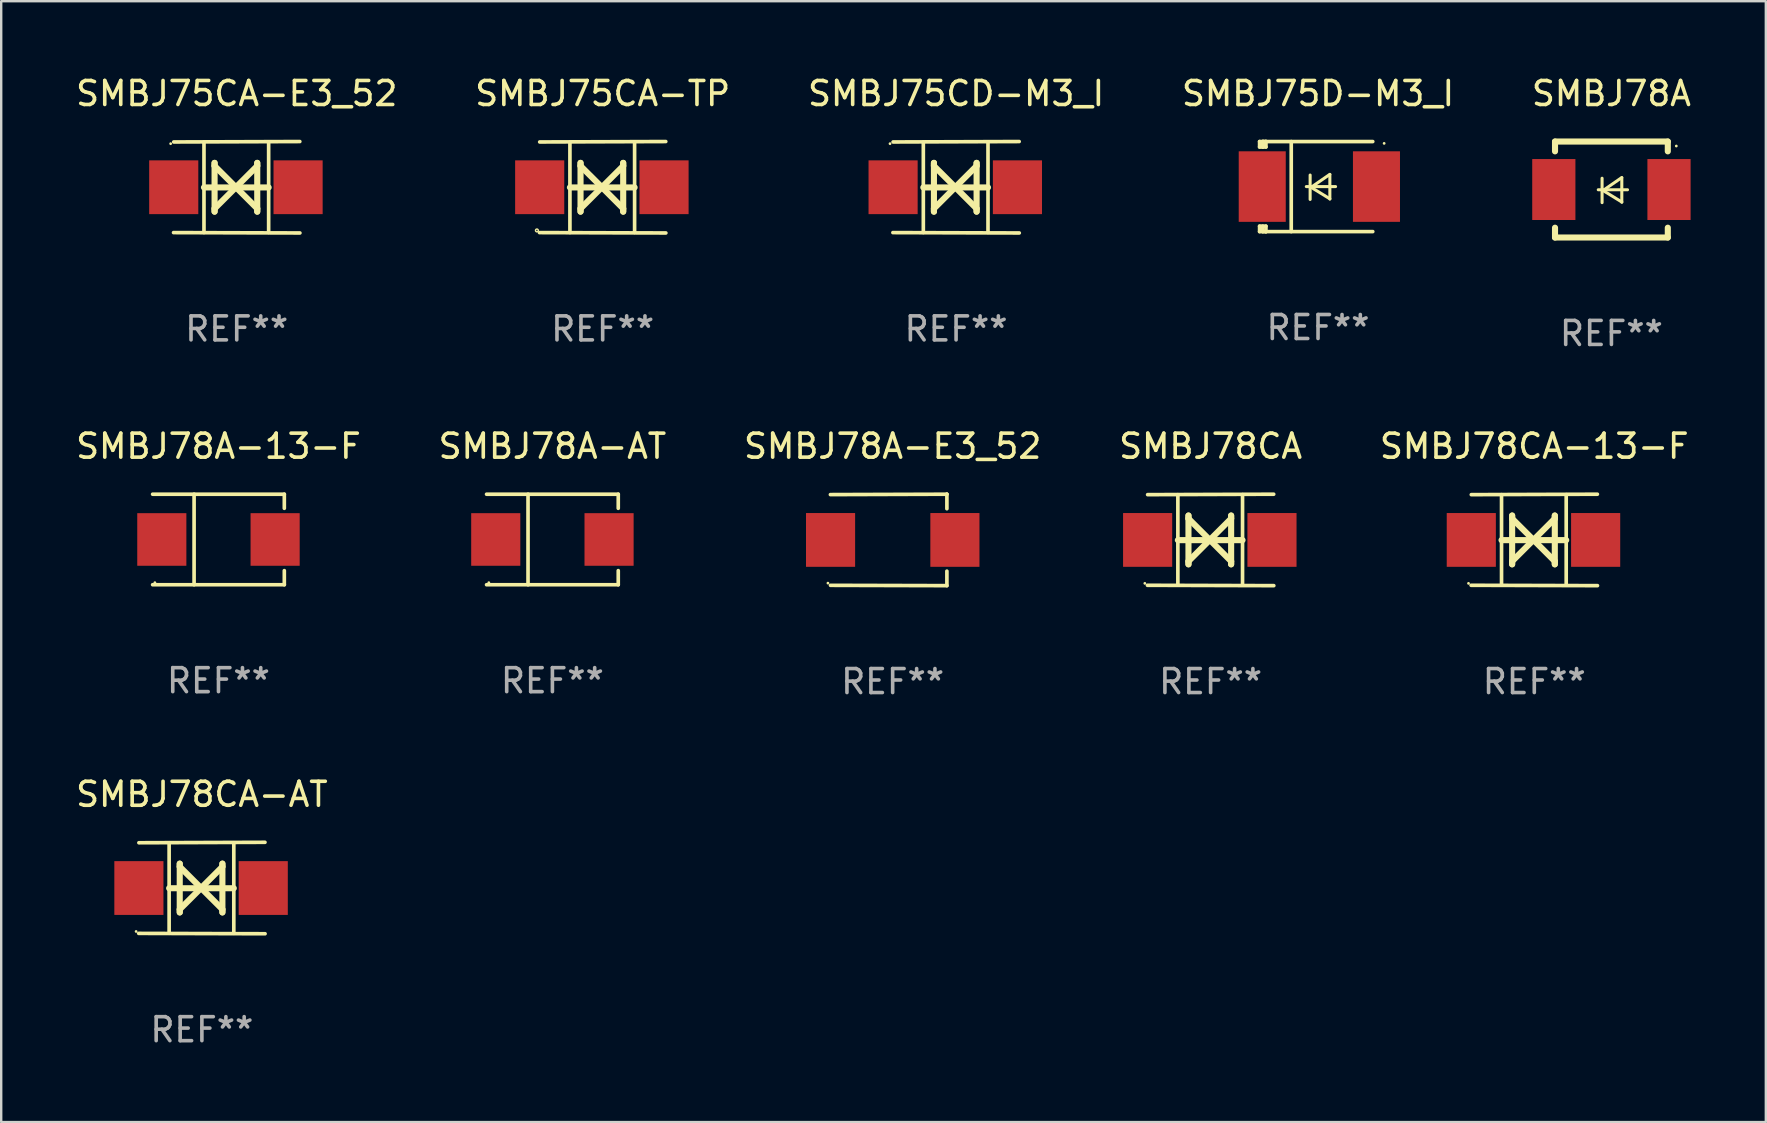
<source format=kicad_pcb>
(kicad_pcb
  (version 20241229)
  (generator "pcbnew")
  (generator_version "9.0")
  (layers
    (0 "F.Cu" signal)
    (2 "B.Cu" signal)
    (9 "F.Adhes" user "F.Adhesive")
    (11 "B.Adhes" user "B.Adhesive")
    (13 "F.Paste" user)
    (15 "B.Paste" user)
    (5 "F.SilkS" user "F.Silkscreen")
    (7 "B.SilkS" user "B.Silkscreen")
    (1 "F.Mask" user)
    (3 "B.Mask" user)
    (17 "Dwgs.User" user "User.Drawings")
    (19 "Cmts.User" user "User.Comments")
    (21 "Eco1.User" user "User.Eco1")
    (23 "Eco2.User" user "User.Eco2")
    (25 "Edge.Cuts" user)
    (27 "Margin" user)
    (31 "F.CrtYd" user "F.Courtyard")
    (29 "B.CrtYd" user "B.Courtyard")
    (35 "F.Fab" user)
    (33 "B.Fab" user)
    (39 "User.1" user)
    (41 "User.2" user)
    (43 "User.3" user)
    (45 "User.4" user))
  (footprint "SMBJ75CD-M3_I"
    (layer "F.Cu")
    (at 36.792 4.753)
    (property "Reference" "SMBJ75CD-M3_I" (at 0 -3.905 0) (layer "F.SilkS") (effects (font (size 1 1) (thickness 0.15))))
    (attr through_hole)
    (fp_line (start -1.365 1.886) (end -1.365 -1.886) (stroke (width 0.152) (type solid)) (layer "F.SilkS"))
    (fp_line (start -1.365 0.008) (end 1.33 0.008) (stroke (width 0.254) (type solid)) (layer "F.SilkS"))
    (fp_line (start -0.923 -1.016) (end -0.923 1.016) (stroke (width 0.254) (type solid)) (layer "F.SilkS"))
    (fp_line (start -0.923 -0.889) (end -0.923 -1.016) (stroke (width 0.254) (type solid)) (layer "F.SilkS"))
    (fp_line (start -0.923 0.889) (end -0.034 0) (stroke (width 0.254) (type solid)) (layer "F.SilkS"))
    (fp_line (start -0.923 1.016) (end -0.923 0.889) (stroke (width 0.254) (type solid)) (layer "F.SilkS"))
    (fp_line (start -0.034 0) (end -0.923 -0.889) (stroke (width 0.254) (type solid)) (layer "F.SilkS"))
    (fp_line (start -0.034 0) (end 0.855 0.889) (stroke (width 0.254) (type solid)) (layer "F.SilkS"))
    (fp_line (start 0.855 -1.016) (end 0.855 -0.889) (stroke (width 0.254) (type solid)) (layer "F.SilkS"))
    (fp_line (start 0.855 -0.889) (end -0.034 0) (stroke (width 0.254) (type solid)) (layer "F.SilkS"))
    (fp_line (start 0.855 0.889) (end 0.855 1.016) (stroke (width 0.254) (type solid)) (layer "F.SilkS"))
    (fp_line (start 0.855 1.016) (end 0.855 -1.016) (stroke (width 0.254) (type solid)) (layer "F.SilkS"))
    (fp_line (start 1.33 1.886) (end 1.33 -1.886) (stroke (width 0.152) (type solid)) (layer "F.SilkS"))
    (fp_line (start 2.629 -1.905) (end -2.625 -1.887) (stroke (width 0.152) (type solid)) (layer "F.SilkS"))
    (fp_line (start 2.633 1.905) (end -2.633 1.89) (stroke (width 0.152) (type solid)) (layer "F.SilkS"))
    (fp_circle (center -2.753 -1.816) (end -2.723 -1.816) (stroke (width 0.06) (type solid)) (fill no) (layer "F.SilkS"))
    (fp_text user "REF**" (at 0 5.905 0) (layer "F.Fab") (effects (font (size 1 1) (thickness 0.15))))
    (pad "1" smd rect (at -2.625 0) (size 2.047 2.241) (layers "F.Cu" "F.Mask" "F.Paste"))
    (pad "2" smd rect (at 2.557 0) (size 2.047 2.241) (layers "F.Cu" "F.Mask" "F.Paste")))
  (footprint "SMBJ78CA-13-F"
    (layer "F.Cu")
    (at 60.887 19.45)
    (property "Reference" "SMBJ78CA-13-F" (at 0 -3.905 0) (layer "F.SilkS") (effects (font (size 1 1) (thickness 0.15))))
    (attr through_hole)
    (fp_line (start -1.365 1.886) (end -1.365 -1.886) (stroke (width 0.152) (type solid)) (layer "F.SilkS"))
    (fp_line (start -1.365 0.008) (end 1.33 0.008) (stroke (width 0.254) (type solid)) (layer "F.SilkS"))
    (fp_line (start -0.923 -1.016) (end -0.923 1.016) (stroke (width 0.254) (type solid)) (layer "F.SilkS"))
    (fp_line (start -0.923 -0.889) (end -0.923 -1.016) (stroke (width 0.254) (type solid)) (layer "F.SilkS"))
    (fp_line (start -0.923 0.889) (end -0.034 0) (stroke (width 0.254) (type solid)) (layer "F.SilkS"))
    (fp_line (start -0.923 1.016) (end -0.923 0.889) (stroke (width 0.254) (type solid)) (layer "F.SilkS"))
    (fp_line (start -0.034 0) (end -0.923 -0.889) (stroke (width 0.254) (type solid)) (layer "F.SilkS"))
    (fp_line (start -0.034 0) (end 0.855 0.889) (stroke (width 0.254) (type solid)) (layer "F.SilkS"))
    (fp_line (start 0.855 -1.016) (end 0.855 -0.889) (stroke (width 0.254) (type solid)) (layer "F.SilkS"))
    (fp_line (start 0.855 -0.889) (end -0.034 0) (stroke (width 0.254) (type solid)) (layer "F.SilkS"))
    (fp_line (start 0.855 0.889) (end 0.855 1.016) (stroke (width 0.254) (type solid)) (layer "F.SilkS"))
    (fp_line (start 0.855 1.016) (end 0.855 -1.016) (stroke (width 0.254) (type solid)) (layer "F.SilkS"))
    (fp_line (start 1.33 1.886) (end 1.33 -1.886) (stroke (width 0.152) (type solid)) (layer "F.SilkS"))
    (fp_line (start 2.629 -1.905) (end -2.625 -1.887) (stroke (width 0.152) (type solid)) (layer "F.SilkS"))
    (fp_line (start 2.633 1.905) (end -2.633 1.89) (stroke (width 0.152) (type solid)) (layer "F.SilkS"))
    (fp_circle (center -2.741 1.81) (end -2.711 1.81) (stroke (width 0.06) (type solid)) (fill no) (layer "F.SilkS"))
    (fp_text user "REF**" (at 0 5.905 0) (layer "F.Fab") (effects (font (size 1 1) (thickness 0.15))))
    (pad "1" smd rect (at -2.625 0) (size 2.047 2.241) (layers "F.Cu" "F.Mask" "F.Paste"))
    (pad "2" smd rect (at 2.557 0) (size 2.047 2.241) (layers "F.Cu" "F.Mask" "F.Paste")))
  (footprint "SMBJ78CA"
    (layer "F.Cu")
    (at 47.399 19.45)
    (property "Reference" "SMBJ78CA" (at 0 -3.905 0) (layer "F.SilkS") (effects (font (size 1 1) (thickness 0.15))))
    (attr through_hole)
    (fp_line (start -1.365 1.886) (end -1.365 -1.886) (stroke (width 0.152) (type solid)) (layer "F.SilkS"))
    (fp_line (start -1.365 0.008) (end 1.33 0.008) (stroke (width 0.254) (type solid)) (layer "F.SilkS"))
    (fp_line (start -0.923 -1.016) (end -0.923 1.016) (stroke (width 0.254) (type solid)) (layer "F.SilkS"))
    (fp_line (start -0.923 -0.889) (end -0.923 -1.016) (stroke (width 0.254) (type solid)) (layer "F.SilkS"))
    (fp_line (start -0.923 0.889) (end -0.034 0) (stroke (width 0.254) (type solid)) (layer "F.SilkS"))
    (fp_line (start -0.923 1.016) (end -0.923 0.889) (stroke (width 0.254) (type solid)) (layer "F.SilkS"))
    (fp_line (start -0.034 0) (end -0.923 -0.889) (stroke (width 0.254) (type solid)) (layer "F.SilkS"))
    (fp_line (start -0.034 0) (end 0.855 0.889) (stroke (width 0.254) (type solid)) (layer "F.SilkS"))
    (fp_line (start 0.855 -1.016) (end 0.855 -0.889) (stroke (width 0.254) (type solid)) (layer "F.SilkS"))
    (fp_line (start 0.855 -0.889) (end -0.034 0) (stroke (width 0.254) (type solid)) (layer "F.SilkS"))
    (fp_line (start 0.855 0.889) (end 0.855 1.016) (stroke (width 0.254) (type solid)) (layer "F.SilkS"))
    (fp_line (start 0.855 1.016) (end 0.855 -1.016) (stroke (width 0.254) (type solid)) (layer "F.SilkS"))
    (fp_line (start 1.33 1.886) (end 1.33 -1.886) (stroke (width 0.152) (type solid)) (layer "F.SilkS"))
    (fp_line (start 2.629 -1.905) (end -2.625 -1.887) (stroke (width 0.152) (type solid)) (layer "F.SilkS"))
    (fp_line (start 2.633 1.905) (end -2.633 1.89) (stroke (width 0.152) (type solid)) (layer "F.SilkS"))
    (fp_circle (center -2.741 1.81) (end -2.711 1.81) (stroke (width 0.06) (type solid)) (fill no) (layer "F.SilkS"))
    (fp_text user "REF**" (at 0 5.905 0) (layer "F.Fab") (effects (font (size 1 1) (thickness 0.15))))
    (pad "1" smd rect (at -2.625 0) (size 2.047 2.241) (layers "F.Cu" "F.Mask" "F.Paste"))
    (pad "2" smd rect (at 2.557 0) (size 2.047 2.241) (layers "F.Cu" "F.Mask" "F.Paste")))
  (footprint "SMBJ78A-13-F"
    (layer "F.Cu")
    (at 6.054 19.431)
    (property "Reference" "SMBJ78A-13-F" (at 0 -3.886 0) (layer "F.SilkS") (effects (font (size 1 1) (thickness 0.15))))
    (attr through_hole)
    (fp_line (start -2.744 -1.886) (end 2.744 -1.886) (stroke (width 0.152) (type solid)) (layer "F.SilkS"))
    (fp_line (start -2.744 1.886) (end 2.744 1.886) (stroke (width 0.152) (type solid)) (layer "F.SilkS"))
    (fp_line (start -1.016 -1.886) (end -1.016 1.886) (stroke (width 0.152) (type solid)) (layer "F.SilkS"))
    (fp_line (start 2.744 -1.886) (end 2.744 -1.299) (stroke (width 0.152) (type solid)) (layer "F.SilkS"))
    (fp_line (start 2.744 1.886) (end 2.744 1.299) (stroke (width 0.152) (type solid)) (layer "F.SilkS"))
    (fp_circle (center -2.65 1.8) (end -2.62 1.8) (stroke (width 0.06) (type solid)) (fill no) (layer "F.SilkS"))
    (fp_text user "REF**" (at 0 5.886 0) (layer "F.Fab") (effects (font (size 1 1) (thickness 0.15))))
    (pad "1" smd rect (at -2.361 0) (size 2.047 2.192) (layers "F.Cu" "F.Mask" "F.Paste"))
    (pad "2" smd rect (at 2.361 0) (size 2.047 2.192) (layers "F.Cu" "F.Mask" "F.Paste")))
  (footprint "SMBJ75CA-E3_52"
    (layer "F.Cu")
    (at 6.815 4.753)
    (property "Reference" "SMBJ75CA-E3_52" (at 0 -3.905 0) (layer "F.SilkS") (effects (font (size 1 1) (thickness 0.15))))
    (attr through_hole)
    (fp_line (start -1.365 1.886) (end -1.365 -1.886) (stroke (width 0.152) (type solid)) (layer "F.SilkS"))
    (fp_line (start -1.365 0.008) (end 1.33 0.008) (stroke (width 0.254) (type solid)) (layer "F.SilkS"))
    (fp_line (start -0.923 -1.016) (end -0.923 1.016) (stroke (width 0.254) (type solid)) (layer "F.SilkS"))
    (fp_line (start -0.923 -0.889) (end -0.923 -1.016) (stroke (width 0.254) (type solid)) (layer "F.SilkS"))
    (fp_line (start -0.923 0.889) (end -0.034 0) (stroke (width 0.254) (type solid)) (layer "F.SilkS"))
    (fp_line (start -0.923 1.016) (end -0.923 0.889) (stroke (width 0.254) (type solid)) (layer "F.SilkS"))
    (fp_line (start -0.034 0) (end -0.923 -0.889) (stroke (width 0.254) (type solid)) (layer "F.SilkS"))
    (fp_line (start -0.034 0) (end 0.855 0.889) (stroke (width 0.254) (type solid)) (layer "F.SilkS"))
    (fp_line (start 0.855 -1.016) (end 0.855 -0.889) (stroke (width 0.254) (type solid)) (layer "F.SilkS"))
    (fp_line (start 0.855 -0.889) (end -0.034 0) (stroke (width 0.254) (type solid)) (layer "F.SilkS"))
    (fp_line (start 0.855 0.889) (end 0.855 1.016) (stroke (width 0.254) (type solid)) (layer "F.SilkS"))
    (fp_line (start 0.855 1.016) (end 0.855 -1.016) (stroke (width 0.254) (type solid)) (layer "F.SilkS"))
    (fp_line (start 1.33 1.886) (end 1.33 -1.886) (stroke (width 0.152) (type solid)) (layer "F.SilkS"))
    (fp_line (start 2.629 -1.905) (end -2.625 -1.887) (stroke (width 0.152) (type solid)) (layer "F.SilkS"))
    (fp_line (start 2.633 1.905) (end -2.633 1.89) (stroke (width 0.152) (type solid)) (layer "F.SilkS"))
    (fp_circle (center -2.753 -1.816) (end -2.723 -1.816) (stroke (width 0.06) (type solid)) (fill no) (layer "F.SilkS"))
    (fp_text user "REF**" (at 0 5.905 0) (layer "F.Fab") (effects (font (size 1 1) (thickness 0.15))))
    (pad "1" smd rect (at -2.625 0) (size 2.047 2.241) (layers "F.Cu" "F.Mask" "F.Paste"))
    (pad "2" smd rect (at 2.557 0) (size 2.047 2.241) (layers "F.Cu" "F.Mask" "F.Paste")))
  (footprint "SMBJ75CA-TP"
    (layer "F.Cu")
    (at 22.065 4.753)
    (property "Reference" "SMBJ75CA-TP" (at 0 -3.905 0) (layer "F.SilkS") (effects (font (size 1 1) (thickness 0.15))))
    (attr through_hole)
    (fp_line (start -1.365 1.886) (end -1.365 -1.886) (stroke (width 0.152) (type solid)) (layer "F.SilkS"))
    (fp_line (start -1.365 0.008) (end 1.33 0.008) (stroke (width 0.254) (type solid)) (layer "F.SilkS"))
    (fp_line (start -0.923 -1.016) (end -0.923 1.016) (stroke (width 0.254) (type solid)) (layer "F.SilkS"))
    (fp_line (start -0.923 -0.889) (end -0.923 -1.016) (stroke (width 0.254) (type solid)) (layer "F.SilkS"))
    (fp_line (start -0.923 0.889) (end -0.034 0) (stroke (width 0.254) (type solid)) (layer "F.SilkS"))
    (fp_line (start -0.923 1.016) (end -0.923 0.889) (stroke (width 0.254) (type solid)) (layer "F.SilkS"))
    (fp_line (start -0.034 0) (end -0.923 -0.889) (stroke (width 0.254) (type solid)) (layer "F.SilkS"))
    (fp_line (start -0.034 0) (end 0.855 0.889) (stroke (width 0.254) (type solid)) (layer "F.SilkS"))
    (fp_line (start 0.855 -1.016) (end 0.855 -0.889) (stroke (width 0.254) (type solid)) (layer "F.SilkS"))
    (fp_line (start 0.855 -0.889) (end -0.034 0) (stroke (width 0.254) (type solid)) (layer "F.SilkS"))
    (fp_line (start 0.855 0.889) (end 0.855 1.016) (stroke (width 0.254) (type solid)) (layer "F.SilkS"))
    (fp_line (start 0.855 1.016) (end 0.855 -1.016) (stroke (width 0.254) (type solid)) (layer "F.SilkS"))
    (fp_line (start 1.33 1.886) (end 1.33 -1.886) (stroke (width 0.152) (type solid)) (layer "F.SilkS"))
    (fp_line (start 2.629 -1.905) (end -2.625 -1.887) (stroke (width 0.152) (type solid)) (layer "F.SilkS"))
    (fp_line (start 2.633 1.905) (end -2.633 1.89) (stroke (width 0.152) (type solid)) (layer "F.SilkS"))
    (fp_circle (center -2.741 1.8) (end -2.712 1.8) (stroke (width 0.06) (type solid)) (fill no) (layer "F.SilkS"))
    (fp_text user "REF**" (at 0 5.905 0) (layer "F.Fab") (effects (font (size 1 1) (thickness 0.15))))
    (pad "1" smd rect (at -2.625 0) (size 2.047 2.241) (layers "F.Cu" "F.Mask" "F.Paste"))
    (pad "2" smd rect (at 2.557 0) (size 2.047 2.241) (layers "F.Cu" "F.Mask" "F.Paste")))
  (footprint "SMBJ78A-AT"
    (layer "F.Cu")
    (at 19.97 19.431)
    (property "Reference" "SMBJ78A-AT" (at 0 -3.886 0) (layer "F.SilkS") (effects (font (size 1 1) (thickness 0.15))))
    (attr through_hole)
    (fp_line (start -2.744 -1.886) (end 2.744 -1.886) (stroke (width 0.152) (type solid)) (layer "F.SilkS"))
    (fp_line (start -2.744 1.886) (end 2.744 1.886) (stroke (width 0.152) (type solid)) (layer "F.SilkS"))
    (fp_line (start -1.016 -1.886) (end -1.016 1.886) (stroke (width 0.152) (type solid)) (layer "F.SilkS"))
    (fp_line (start 2.744 -1.886) (end 2.744 -1.299) (stroke (width 0.152) (type solid)) (layer "F.SilkS"))
    (fp_line (start 2.744 1.886) (end 2.744 1.299) (stroke (width 0.152) (type solid)) (layer "F.SilkS"))
    (fp_circle (center -2.65 1.8) (end -2.62 1.8) (stroke (width 0.06) (type solid)) (fill no) (layer "F.SilkS"))
    (fp_text user "REF**" (at 0 5.886 0) (layer "F.Fab") (effects (font (size 1 1) (thickness 0.15))))
    (pad "1" smd rect (at -2.361 0) (size 2.047 2.192) (layers "F.Cu" "F.Mask" "F.Paste"))
    (pad "2" smd rect (at 2.361 0) (size 2.047 2.192) (layers "F.Cu" "F.Mask" "F.Paste")))
  (footprint "SMBJ78A-E3_52"
    (layer "F.Cu")
    (at 34.149 19.45)
    (property "Reference" "SMBJ78A-E3_52" (at 0 -3.905 0) (layer "F.SilkS") (effects (font (size 1 1) (thickness 0.15))))
    (attr through_hole)
    (fp_line (start 2.256 -1.905) (end -2.594 -1.889) (stroke (width 0.152) (type solid)) (layer "F.SilkS"))
    (fp_line (start 2.256 -1.905) (end 2.26 -1.905) (stroke (width 0.152) (type solid)) (layer "F.SilkS"))
    (fp_line (start 2.26 -1.905) (end 2.26 -1.301) (stroke (width 0.152) (type solid)) (layer "F.SilkS"))
    (fp_line (start 2.26 1.301) (end 2.26 1.905) (stroke (width 0.152) (type solid)) (layer "F.SilkS"))
    (fp_line (start 2.26 1.905) (end -2.59 1.892) (stroke (width 0.152) (type solid)) (layer "F.SilkS"))
    (fp_circle (center -2.697 1.8) (end -2.667 1.8) (stroke (width 0.06) (type solid)) (fill no) (layer "F.SilkS"))
    (fp_text user "REF**" (at 0 5.905 0) (layer "F.Fab") (effects (font (size 1 1) (thickness 0.15))))
    (pad "1" smd rect (at -2.588 0) (size 2.047 2.241) (layers "F.Cu" "F.Mask" "F.Paste"))
    (pad "2" smd rect (at 2.594 0) (size 2.047 2.241) (layers "F.Cu" "F.Mask" "F.Paste")))
  (footprint "SMBJ78CA-AT"
    (layer "F.Cu")
    (at 5.363 33.956)
    (property "Reference" "SMBJ78CA-AT" (at 0 -3.905 0) (layer "F.SilkS") (effects (font (size 1 1) (thickness 0.15))))
    (attr through_hole)
    (fp_line (start -1.365 1.886) (end -1.365 -1.886) (stroke (width 0.152) (type solid)) (layer "F.SilkS"))
    (fp_line (start -1.365 0.008) (end 1.33 0.008) (stroke (width 0.254) (type solid)) (layer "F.SilkS"))
    (fp_line (start -0.923 -1.016) (end -0.923 1.016) (stroke (width 0.254) (type solid)) (layer "F.SilkS"))
    (fp_line (start -0.923 -0.889) (end -0.923 -1.016) (stroke (width 0.254) (type solid)) (layer "F.SilkS"))
    (fp_line (start -0.923 0.889) (end -0.034 0) (stroke (width 0.254) (type solid)) (layer "F.SilkS"))
    (fp_line (start -0.923 1.016) (end -0.923 0.889) (stroke (width 0.254) (type solid)) (layer "F.SilkS"))
    (fp_line (start -0.034 0) (end -0.923 -0.889) (stroke (width 0.254) (type solid)) (layer "F.SilkS"))
    (fp_line (start -0.034 0) (end 0.855 0.889) (stroke (width 0.254) (type solid)) (layer "F.SilkS"))
    (fp_line (start 0.855 -1.016) (end 0.855 -0.889) (stroke (width 0.254) (type solid)) (layer "F.SilkS"))
    (fp_line (start 0.855 -0.889) (end -0.034 0) (stroke (width 0.254) (type solid)) (layer "F.SilkS"))
    (fp_line (start 0.855 0.889) (end 0.855 1.016) (stroke (width 0.254) (type solid)) (layer "F.SilkS"))
    (fp_line (start 0.855 1.016) (end 0.855 -1.016) (stroke (width 0.254) (type solid)) (layer "F.SilkS"))
    (fp_line (start 1.33 1.886) (end 1.33 -1.886) (stroke (width 0.152) (type solid)) (layer "F.SilkS"))
    (fp_line (start 2.629 -1.905) (end -2.625 -1.887) (stroke (width 0.152) (type solid)) (layer "F.SilkS"))
    (fp_line (start 2.633 1.905) (end -2.633 1.89) (stroke (width 0.152) (type solid)) (layer "F.SilkS"))
    (fp_circle (center -2.741 1.81) (end -2.711 1.81) (stroke (width 0.06) (type solid)) (fill no) (layer "F.SilkS"))
    (fp_text user "REF**" (at 0 5.905 0) (layer "F.Fab") (effects (font (size 1 1) (thickness 0.15))))
    (pad "1" smd rect (at -2.625 0) (size 2.047 2.241) (layers "F.Cu" "F.Mask" "F.Paste"))
    (pad "2" smd rect (at 2.557 0) (size 2.047 2.241) (layers "F.Cu" "F.Mask" "F.Paste")))
  (footprint "SMBJ78A"
    (layer "F.Cu")
    (at 64.101 4.848)
    (property "Reference" "SMBJ78A" (at 0 -4 0) (layer "F.SilkS") (effects (font (size 1 1) (thickness 0.15))))
    (attr through_hole)
    (fp_line (start -2.35 -2) (end -2.35 -1.591) (stroke (width 0.254) (type solid)) (layer "F.SilkS"))
    (fp_line (start -2.35 -2) (end 2.35 -2) (stroke (width 0.254) (type solid)) (layer "F.SilkS"))
    (fp_line (start -2.35 1.591) (end -2.35 2) (stroke (width 0.254) (type solid)) (layer "F.SilkS"))
    (fp_line (start -2.35 2) (end 2.35 2) (stroke (width 0.254) (type solid)) (layer "F.SilkS"))
    (fp_line (start -0.548 0.01) (end 0.671 0.01) (stroke (width 0.127) (type solid)) (layer "F.SilkS"))
    (fp_line (start -0.389 -0.47) (end -0.389 0.546) (stroke (width 0.127) (type solid)) (layer "F.SilkS"))
    (fp_line (start -0.35 0.04) (end 0.433 0.52) (stroke (width 0.127) (type solid)) (layer "F.SilkS"))
    (fp_line (start 0.433 -0.5) (end -0.35 0.04) (stroke (width 0.127) (type solid)) (layer "F.SilkS"))
    (fp_line (start 0.433 0.53) (end 0.433 -0.486) (stroke (width 0.127) (type solid)) (layer "F.SilkS"))
    (fp_line (start 2.35 -2) (end 2.35 -1.591) (stroke (width 0.254) (type solid)) (layer "F.SilkS"))
    (fp_line (start 2.35 1.591) (end 2.35 2) (stroke (width 0.254) (type solid)) (layer "F.SilkS"))
    (fp_circle (center 2.704 -1.813) (end 2.734 -1.813) (stroke (width 0.06) (type solid)) (fill no) (layer "F.SilkS"))
    (fp_text user "REF**" (at 0 6 0) (layer "F.Fab") (effects (font (size 1 1) (thickness 0.15))))
    (pad "1" smd rect (at 2.4 0) (size 1.8 2.54) (layers "F.Cu" "F.Mask" "F.Paste"))
    (pad "2" smd rect (at -2.4 0) (size 1.8 2.54) (layers "F.Cu" "F.Mask" "F.Paste")))
  (footprint "SMBJ75D-M3_I"
    (layer "F.Cu")
    (at 51.875 4.725)
    (property "Reference" "SMBJ75D-M3_I" (at 0 -3.876 0) (layer "F.SilkS") (effects (font (size 1 1) (thickness 0.15))))
    (attr through_hole)
    (fp_line (start -2.435 1.65) (end -2.171 1.65) (stroke (width 0.152) (type solid)) (layer "F.SilkS"))
    (fp_line (start -2.435 1.876) (end -2.435 1.65) (stroke (width 0.152) (type solid)) (layer "F.SilkS"))
    (fp_line (start -2.435 -1.876) (end -2.171 -1.876) (stroke (width 0.152) (type solid)) (layer "F.SilkS"))
    (fp_line (start -2.435 -1.65) (end -2.435 -1.876) (stroke (width 0.152) (type solid)) (layer "F.SilkS"))
    (fp_line (start -2.305 -1.866) (end -2.295 -1.876) (stroke (width 0.152) (type solid)) (layer "F.SilkS"))
    (fp_line (start -2.305 -1.65) (end -2.305 -1.866) (stroke (width 0.152) (type solid)) (layer "F.SilkS"))
    (fp_line (start -2.305 1.876) (end -2.305 1.65) (stroke (width 0.152) (type solid)) (layer "F.SilkS"))
    (fp_line (start -2.295 -1.876) (end -2.295 -1.65) (stroke (width 0.152) (type solid)) (layer "F.SilkS"))
    (fp_line (start -2.171 1.876) (end -2.435 1.876) (stroke (width 0.152) (type solid)) (layer "F.SilkS"))
    (fp_line (start -2.171 -1.65) (end -2.435 -1.65) (stroke (width 0.152) (type solid)) (layer "F.SilkS"))
    (fp_line (start -2.171 -1.876) (end -2.295 -1.876) (stroke (width 0.152) (type solid)) (layer "F.SilkS"))
    (fp_line (start -2.171 -1.65) (end -2.171 -1.876) (stroke (width 0.152) (type solid)) (layer "F.SilkS"))
    (fp_line (start -2.171 1.876) (end -2.305 1.876) (stroke (width 0.152) (type solid)) (layer "F.SilkS"))
    (fp_line (start -2.171 1.876) (end -2.171 1.65) (stroke (width 0.152) (type solid)) (layer "F.SilkS"))
    (fp_line (start -1.116 1.876) (end -1.116 -1.876) (stroke (width 0.152) (type solid)) (layer "F.SilkS"))
    (fp_line (start -0.488 0.000102) (end 0.731 0.000102) (stroke (width 0.127) (type solid)) (layer "F.SilkS"))
    (fp_line (start -0.329 -0.48) (end -0.329 0.536) (stroke (width 0.127) (type solid)) (layer "F.SilkS"))
    (fp_line (start -0.29 0.03) (end 0.493 0.51) (stroke (width 0.127) (type solid)) (layer "F.SilkS"))
    (fp_line (start 0.493 -0.51) (end -0.29 0.03) (stroke (width 0.127) (type solid)) (layer "F.SilkS"))
    (fp_line (start 0.493 0.52) (end 0.493 -0.496) (stroke (width 0.127) (type solid)) (layer "F.SilkS"))
    (fp_line (start 2.281 -1.876) (end -2.171 -1.876) (stroke (width 0.152) (type solid)) (layer "F.SilkS"))
    (fp_line (start 2.281 1.876) (end -2.171 1.876) (stroke (width 0.152) (type solid)) (layer "F.SilkS"))
    (fp_circle (center 2.755 -1.8) (end 2.785 -1.8) (stroke (width 0.06) (type solid)) (fill no) (layer "F.SilkS"))
    (fp_text user "REF**" (at 0 5.876 0) (layer "F.Fab") (effects (font (size 1 1) (thickness 0.15))))
    (pad "1" smd rect (at 2.435 -0.000025 180) (size 1.96 2.94) (layers "F.Cu" "F.Mask" "F.Paste"))
    (pad "2" smd rect (at -2.325 -0.000025 180) (size 1.96 2.94) (layers "F.Cu" "F.Mask" "F.Paste")))
  (gr_rect
    (start -3 -3)
    (end 70.536 43.71)
    (stroke (width 0.1) (type default))
    (fill no)
    (layer "Edge.Cuts")))
</source>
